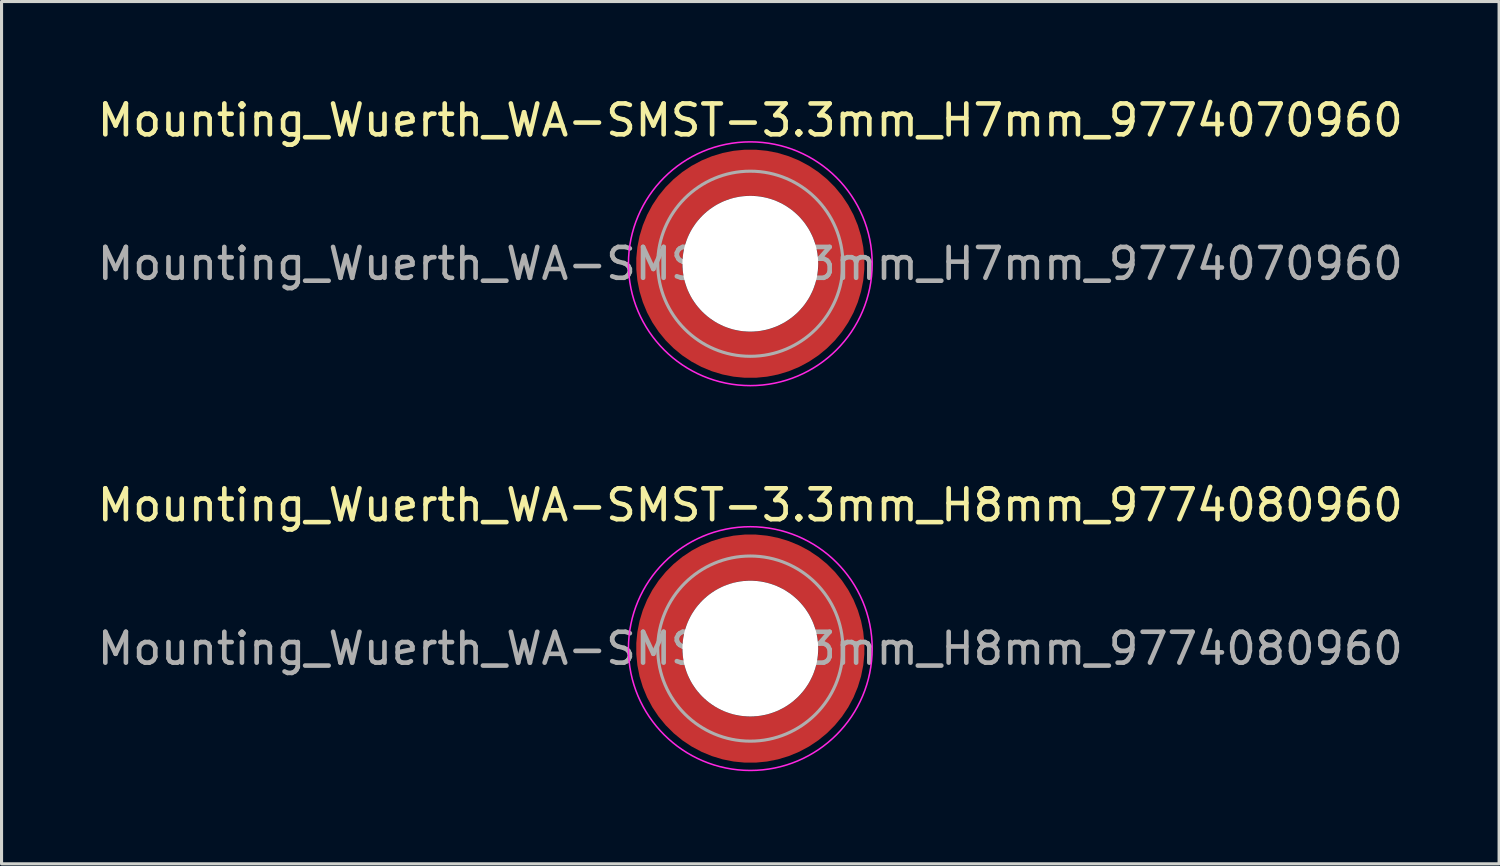
<source format=kicad_pcb>
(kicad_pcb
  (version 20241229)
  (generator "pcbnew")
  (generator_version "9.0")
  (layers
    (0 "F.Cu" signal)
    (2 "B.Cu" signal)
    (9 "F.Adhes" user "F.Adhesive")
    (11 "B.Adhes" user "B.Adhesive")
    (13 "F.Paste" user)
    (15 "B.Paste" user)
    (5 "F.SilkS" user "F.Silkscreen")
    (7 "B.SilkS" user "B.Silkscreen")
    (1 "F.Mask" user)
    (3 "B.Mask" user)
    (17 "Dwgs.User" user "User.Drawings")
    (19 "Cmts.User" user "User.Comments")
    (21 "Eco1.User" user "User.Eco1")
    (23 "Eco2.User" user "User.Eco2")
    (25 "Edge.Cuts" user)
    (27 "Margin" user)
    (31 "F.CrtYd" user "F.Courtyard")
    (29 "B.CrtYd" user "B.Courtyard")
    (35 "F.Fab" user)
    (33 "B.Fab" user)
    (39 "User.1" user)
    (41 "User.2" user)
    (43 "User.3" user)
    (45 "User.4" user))
  (footprint "Mounting_Wuerth_WA-SMST-3.3mm_H8mm_9774080960"
    (layer "F.Cu")
    (at 21.268 17.971)
    (property "Reference" "Mounting_Wuerth_WA-SMST-3.3mm_H8mm_9774080960" (at 0 -4.65 0) (layer "F.SilkS") (effects (font (size 1 1) (thickness 0.15))))
    (attr smd allow_soldermask_bridges)
    (fp_circle (center 0 0) (end 3.95 0) (stroke (width 0.05) (type solid)) (fill no) (layer "F.CrtYd"))
    (fp_circle (center 0 0) (end 3 0) (stroke (width 0.1) (type solid)) (fill no) (layer "F.Fab"))
    (fp_text user "${REFERENCE}" (at 0 0 0) (layer "F.Fab") (effects (font (size 1 1) (thickness 0.15))))
    (pad "" smd custom (at -2.058 -2.058) (size 0.55 0.55) (layers "F.Paste") (options (anchor circle)) (primitives (gr_arc (start -0.377294 1.707681) (mid 0.318198 0.318198) (end 1.707681 -0.377294) (width 0.2)) (gr_arc (start -0.478281 1.707681) (mid 0.247487 0.247487) (end 1.707681 -0.478281) (width 0.2)) (gr_arc (start -0.579192 1.707681) (mid 0.176777 0.176777) (end 1.707681 -0.579192) (width 0.2)) (gr_arc (start -0.680037 1.707681) (mid 0.106066 0.106066) (end 1.707681 -0.680037) (width 0.2)) (gr_arc (start -0.780822 1.707681) (mid 0.035355 0.035355) (end 1.707681 -0.780822) (width 0.2)) (gr_arc (start -0.881554 1.707681) (mid -0.035355 -0.035355) (end 1.707681 -0.881554) (width 0.2)) (gr_arc (start -0.982237 1.707681) (mid -0.106066 -0.106066) (end 1.707681 -0.982237) (width 0.2)) (gr_arc (start -1.082877 1.707681) (mid -0.176777 -0.176777) (end 1.707681 -1.082877) (width 0.2)) (gr_arc (start -1.183476 1.707681) (mid -0.247487 -0.247487) (end 1.707681 -1.183476) (width 0.2)) (gr_arc (start -1.28404 1.707681) (mid -0.318198 -0.318198) (end 1.707681 -1.28404) (width 0.2)) (gr_line (start 1.708 -0.377) (end 1.708 -1.284) (width 0.2)) (gr_line (start -0.377 1.708) (end -1.284 1.708) (width 0.2))))
    (pad "" smd custom (at -2.058 2.058) (size 0.55 0.55) (layers "F.Paste") (options (anchor circle)) (primitives (gr_arc (start 1.707681 0.377294) (mid 0.318198 -0.318198) (end -0.377294 -1.707681) (width 0.2)) (gr_arc (start 1.707681 0.478281) (mid 0.247487 -0.247487) (end -0.478281 -1.707681) (width 0.2)) (gr_arc (start 1.707681 0.579192) (mid 0.176777 -0.176777) (end -0.579192 -1.707681) (width 0.2)) (gr_arc (start 1.707681 0.680037) (mid 0.106066 -0.106066) (end -0.680037 -1.707681) (width 0.2)) (gr_arc (start 1.707681 0.780822) (mid 0.035355 -0.035355) (end -0.780822 -1.707681) (width 0.2)) (gr_arc (start 1.707681 0.881554) (mid -0.035355 0.035355) (end -0.881554 -1.707681) (width 0.2)) (gr_arc (start 1.707681 0.982237) (mid -0.106066 0.106066) (end -0.982237 -1.707681) (width 0.2)) (gr_arc (start 1.707681 1.082877) (mid -0.176777 0.176777) (end -1.082877 -1.707681) (width 0.2)) (gr_arc (start 1.707681 1.183476) (mid -0.247487 0.247487) (end -1.183476 -1.707681) (width 0.2)) (gr_arc (start 1.707681 1.28404) (mid -0.318198 0.318198) (end -1.28404 -1.707681) (width 0.2)) (gr_line (start -0.377 -1.708) (end -1.284 -1.708) (width 0.2)) (gr_line (start 1.708 0.377) (end 1.708 1.284) (width 0.2))))
    (pad "" np_thru_hole circle (at 0 0) (size 4.4 4.4) (drill 4.4) (layers "*.Cu" "*.Mask"))
    (pad "" smd custom (at 2.058 -2.058) (size 0.55 0.55) (layers "F.Paste") (options (anchor circle)) (primitives (gr_arc (start -1.707681 -0.377294) (mid -0.318198 0.318198) (end 0.377294 1.707681) (width 0.2)) (gr_arc (start -1.707681 -0.478281) (mid -0.247487 0.247487) (end 0.478281 1.707681) (width 0.2)) (gr_arc (start -1.707681 -0.579192) (mid -0.176777 0.176777) (end 0.579192 1.707681) (width 0.2)) (gr_arc (start -1.707681 -0.680037) (mid -0.106066 0.106066) (end 0.680037 1.707681) (width 0.2)) (gr_arc (start -1.707681 -0.780822) (mid -0.035355 0.035355) (end 0.780822 1.707681) (width 0.2)) (gr_arc (start -1.707681 -0.881554) (mid 0.035355 -0.035355) (end 0.881554 1.707681) (width 0.2)) (gr_arc (start -1.707681 -0.982237) (mid 0.106066 -0.106066) (end 0.982237 1.707681) (width 0.2)) (gr_arc (start -1.707681 -1.082877) (mid 0.176777 -0.176777) (end 1.082877 1.707681) (width 0.2)) (gr_arc (start -1.707681 -1.183476) (mid 0.247487 -0.247487) (end 1.183476 1.707681) (width 0.2)) (gr_arc (start -1.707681 -1.28404) (mid 0.318198 -0.318198) (end 1.28404 1.707681) (width 0.2)) (gr_line (start 0.377 1.708) (end 1.284 1.708) (width 0.2)) (gr_line (start -1.708 -0.377) (end -1.708 -1.284) (width 0.2))))
    (pad "" smd custom (at 2.058 2.058) (size 0.55 0.55) (layers "F.Paste") (options (anchor circle)) (primitives (gr_arc (start 0.377294 -1.707681) (mid -0.318198 -0.318198) (end -1.707681 0.377294) (width 0.2)) (gr_arc (start 0.478281 -1.707681) (mid -0.247487 -0.247487) (end -1.707681 0.478281) (width 0.2)) (gr_arc (start 0.579192 -1.707681) (mid -0.176777 -0.176777) (end -1.707681 0.579192) (width 0.2)) (gr_arc (start 0.680037 -1.707681) (mid -0.106066 -0.106066) (end -1.707681 0.680037) (width 0.2)) (gr_arc (start 0.780822 -1.707681) (mid -0.035355 -0.035355) (end -1.707681 0.780822) (width 0.2)) (gr_arc (start 0.881554 -1.707681) (mid 0.035355 0.035355) (end -1.707681 0.881554) (width 0.2)) (gr_arc (start 0.982237 -1.707681) (mid 0.106066 0.106066) (end -1.707681 0.982237) (width 0.2)) (gr_arc (start 1.082877 -1.707681) (mid 0.176777 0.176777) (end -1.707681 1.082877) (width 0.2)) (gr_arc (start 1.183476 -1.707681) (mid 0.247487 0.247487) (end -1.707681 1.183476) (width 0.2)) (gr_arc (start 1.28404 -1.707681) (mid 0.318198 0.318198) (end -1.707681 1.28404) (width 0.2)) (gr_line (start -1.708 0.377) (end -1.708 1.284) (width 0.2)) (gr_line (start 0.377 -1.708) (end 1.284 -1.708) (width 0.2))))
    (pad "1" smd circle (at -2.95 0) (size 0.992 0.992) (layers "F.Cu"))
    (pad "1" smd circle (at 0 -2.95) (size 0.992 0.992) (layers "F.Cu"))
    (pad "1" smd circle (at 0 2.95) (size 0.992 0.992) (layers "F.Cu"))
    (pad "1" smd custom (at 2.95 0) (size 1.5 1.5) (layers "F.Cu" "F.Mask") (options (anchor circle)) (primitives (gr_circle (center -2.95 0) (end 0 0) (width 1.5) (fill no)))))
  (footprint "Mounting_Wuerth_WA-SMST-3.3mm_H7mm_9774070960"
    (layer "F.Cu")
    (at 21.268 5.498)
    (property "Reference" "Mounting_Wuerth_WA-SMST-3.3mm_H7mm_9774070960" (at 0 -4.65 0) (layer "F.SilkS") (effects (font (size 1 1) (thickness 0.15))))
    (attr smd allow_soldermask_bridges)
    (fp_circle (center 0 0) (end 3.95 0) (stroke (width 0.05) (type solid)) (fill no) (layer "F.CrtYd"))
    (fp_circle (center 0 0) (end 3 0) (stroke (width 0.1) (type solid)) (fill no) (layer "F.Fab"))
    (fp_text user "${REFERENCE}" (at 0 0 0) (layer "F.Fab") (effects (font (size 1 1) (thickness 0.15))))
    (pad "" smd custom (at -2.058 -2.058) (size 0.55 0.55) (layers "F.Paste") (options (anchor circle)) (primitives (gr_arc (start -0.377294 1.707681) (mid 0.318198 0.318198) (end 1.707681 -0.377294) (width 0.2)) (gr_arc (start -0.478281 1.707681) (mid 0.247487 0.247487) (end 1.707681 -0.478281) (width 0.2)) (gr_arc (start -0.579192 1.707681) (mid 0.176777 0.176777) (end 1.707681 -0.579192) (width 0.2)) (gr_arc (start -0.680037 1.707681) (mid 0.106066 0.106066) (end 1.707681 -0.680037) (width 0.2)) (gr_arc (start -0.780822 1.707681) (mid 0.035355 0.035355) (end 1.707681 -0.780822) (width 0.2)) (gr_arc (start -0.881554 1.707681) (mid -0.035355 -0.035355) (end 1.707681 -0.881554) (width 0.2)) (gr_arc (start -0.982237 1.707681) (mid -0.106066 -0.106066) (end 1.707681 -0.982237) (width 0.2)) (gr_arc (start -1.082877 1.707681) (mid -0.176777 -0.176777) (end 1.707681 -1.082877) (width 0.2)) (gr_arc (start -1.183476 1.707681) (mid -0.247487 -0.247487) (end 1.707681 -1.183476) (width 0.2)) (gr_arc (start -1.28404 1.707681) (mid -0.318198 -0.318198) (end 1.707681 -1.28404) (width 0.2)) (gr_line (start 1.708 -0.377) (end 1.708 -1.284) (width 0.2)) (gr_line (start -0.377 1.708) (end -1.284 1.708) (width 0.2))))
    (pad "" smd custom (at -2.058 2.058) (size 0.55 0.55) (layers "F.Paste") (options (anchor circle)) (primitives (gr_arc (start 1.707681 0.377294) (mid 0.318198 -0.318198) (end -0.377294 -1.707681) (width 0.2)) (gr_arc (start 1.707681 0.478281) (mid 0.247487 -0.247487) (end -0.478281 -1.707681) (width 0.2)) (gr_arc (start 1.707681 0.579192) (mid 0.176777 -0.176777) (end -0.579192 -1.707681) (width 0.2)) (gr_arc (start 1.707681 0.680037) (mid 0.106066 -0.106066) (end -0.680037 -1.707681) (width 0.2)) (gr_arc (start 1.707681 0.780822) (mid 0.035355 -0.035355) (end -0.780822 -1.707681) (width 0.2)) (gr_arc (start 1.707681 0.881554) (mid -0.035355 0.035355) (end -0.881554 -1.707681) (width 0.2)) (gr_arc (start 1.707681 0.982237) (mid -0.106066 0.106066) (end -0.982237 -1.707681) (width 0.2)) (gr_arc (start 1.707681 1.082877) (mid -0.176777 0.176777) (end -1.082877 -1.707681) (width 0.2)) (gr_arc (start 1.707681 1.183476) (mid -0.247487 0.247487) (end -1.183476 -1.707681) (width 0.2)) (gr_arc (start 1.707681 1.28404) (mid -0.318198 0.318198) (end -1.28404 -1.707681) (width 0.2)) (gr_line (start -0.377 -1.708) (end -1.284 -1.708) (width 0.2)) (gr_line (start 1.708 0.377) (end 1.708 1.284) (width 0.2))))
    (pad "" np_thru_hole circle (at 0 0) (size 4.4 4.4) (drill 4.4) (layers "*.Cu" "*.Mask"))
    (pad "" smd custom (at 2.058 -2.058) (size 0.55 0.55) (layers "F.Paste") (options (anchor circle)) (primitives (gr_arc (start -1.707681 -0.377294) (mid -0.318198 0.318198) (end 0.377294 1.707681) (width 0.2)) (gr_arc (start -1.707681 -0.478281) (mid -0.247487 0.247487) (end 0.478281 1.707681) (width 0.2)) (gr_arc (start -1.707681 -0.579192) (mid -0.176777 0.176777) (end 0.579192 1.707681) (width 0.2)) (gr_arc (start -1.707681 -0.680037) (mid -0.106066 0.106066) (end 0.680037 1.707681) (width 0.2)) (gr_arc (start -1.707681 -0.780822) (mid -0.035355 0.035355) (end 0.780822 1.707681) (width 0.2)) (gr_arc (start -1.707681 -0.881554) (mid 0.035355 -0.035355) (end 0.881554 1.707681) (width 0.2)) (gr_arc (start -1.707681 -0.982237) (mid 0.106066 -0.106066) (end 0.982237 1.707681) (width 0.2)) (gr_arc (start -1.707681 -1.082877) (mid 0.176777 -0.176777) (end 1.082877 1.707681) (width 0.2)) (gr_arc (start -1.707681 -1.183476) (mid 0.247487 -0.247487) (end 1.183476 1.707681) (width 0.2)) (gr_arc (start -1.707681 -1.28404) (mid 0.318198 -0.318198) (end 1.28404 1.707681) (width 0.2)) (gr_line (start 0.377 1.708) (end 1.284 1.708) (width 0.2)) (gr_line (start -1.708 -0.377) (end -1.708 -1.284) (width 0.2))))
    (pad "" smd custom (at 2.058 2.058) (size 0.55 0.55) (layers "F.Paste") (options (anchor circle)) (primitives (gr_arc (start 0.377294 -1.707681) (mid -0.318198 -0.318198) (end -1.707681 0.377294) (width 0.2)) (gr_arc (start 0.478281 -1.707681) (mid -0.247487 -0.247487) (end -1.707681 0.478281) (width 0.2)) (gr_arc (start 0.579192 -1.707681) (mid -0.176777 -0.176777) (end -1.707681 0.579192) (width 0.2)) (gr_arc (start 0.680037 -1.707681) (mid -0.106066 -0.106066) (end -1.707681 0.680037) (width 0.2)) (gr_arc (start 0.780822 -1.707681) (mid -0.035355 -0.035355) (end -1.707681 0.780822) (width 0.2)) (gr_arc (start 0.881554 -1.707681) (mid 0.035355 0.035355) (end -1.707681 0.881554) (width 0.2)) (gr_arc (start 0.982237 -1.707681) (mid 0.106066 0.106066) (end -1.707681 0.982237) (width 0.2)) (gr_arc (start 1.082877 -1.707681) (mid 0.176777 0.176777) (end -1.707681 1.082877) (width 0.2)) (gr_arc (start 1.183476 -1.707681) (mid 0.247487 0.247487) (end -1.707681 1.183476) (width 0.2)) (gr_arc (start 1.28404 -1.707681) (mid 0.318198 0.318198) (end -1.707681 1.28404) (width 0.2)) (gr_line (start -1.708 0.377) (end -1.708 1.284) (width 0.2)) (gr_line (start 0.377 -1.708) (end 1.284 -1.708) (width 0.2))))
    (pad "1" smd circle (at -2.95 0) (size 0.992 0.992) (layers "F.Cu"))
    (pad "1" smd circle (at 0 -2.95) (size 0.992 0.992) (layers "F.Cu"))
    (pad "1" smd circle (at 0 2.95) (size 0.992 0.992) (layers "F.Cu"))
    (pad "1" smd custom (at 2.95 0) (size 1.5 1.5) (layers "F.Cu" "F.Mask") (options (anchor circle)) (primitives (gr_circle (center -2.95 0) (end 0 0) (width 1.5) (fill no)))))
  (gr_rect
    (start -3 -3)
    (end 45.536 24.947)
    (stroke (width 0.1) (type default))
    (fill no)
    (layer "Edge.Cuts")))
</source>
